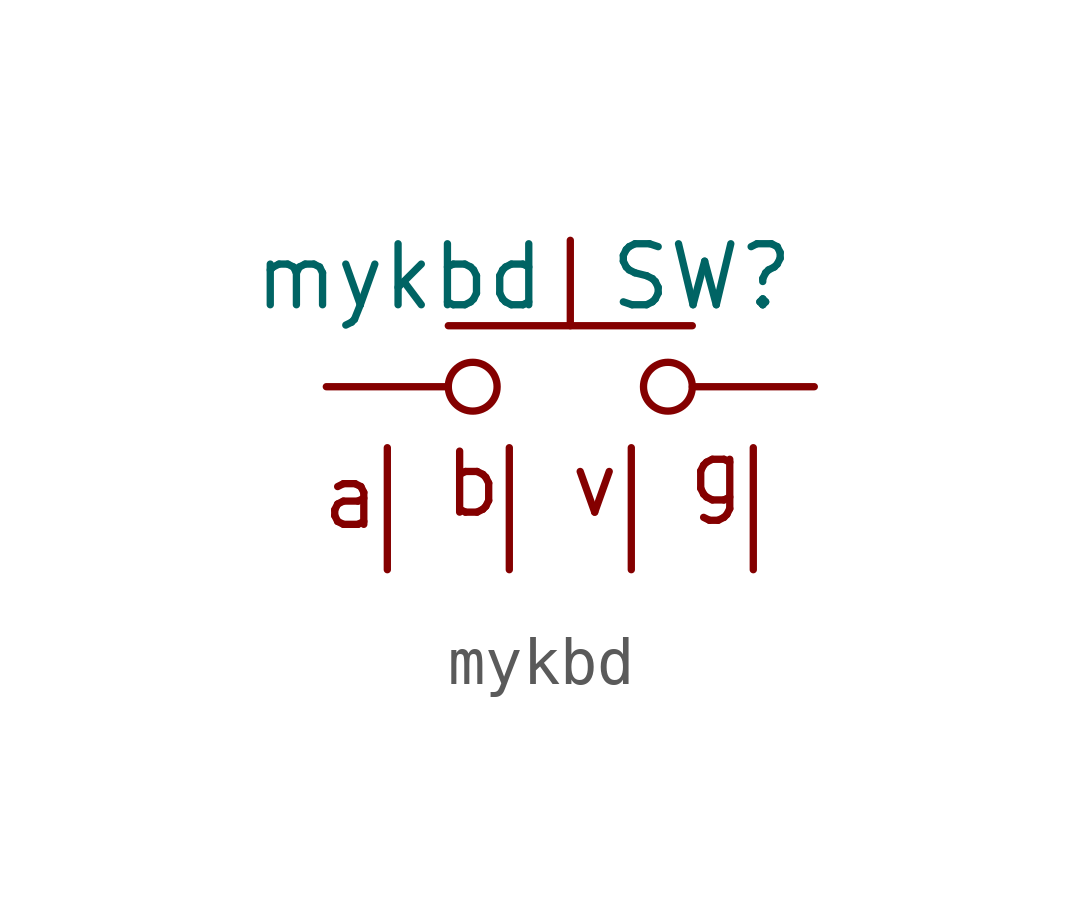
<source format=kicad_sym>
(kicad_symbol_lib
  (version 20241209)
  (generator "kicad_symbol_editor")
  (generator_version "9.0")
  (symbol "mykbd"
    (pin_numbers
      (hide yes))
    (pin_names
      (offset 1.016)
      (hide yes))
    (property "Reference" "SW"
      (at 0.762 2.286 0)
      (effects (font (size 1.27 1.27)) (justify left)))
    (property "Value" "mykbd"
      (at -3.556 2.286 0)
      (effects (font (size 1.27 1.27))))
    (symbol "mykbd_0_1"
      (circle (center -2.032 0) (radius 0.508) (stroke (width 0) (type default)) (fill (type none)))
      (polyline (pts (xy 0 1.27) (xy 0 3.048)) (stroke (width 0) (type default)) (fill (type none)))
      (circle (center 2.032 0) (radius 0.508) (stroke (width 0) (type default)) (fill (type none)))
      (polyline (pts (xy 2.54 1.27) (xy -2.54 1.27)) (stroke (width 0) (type default)) (fill (type none)))
      (pin passive line (at -5.08 0 0) (length 2.54) (name "1" (effects (font (size 1.27 1.27)))) (number "1" (effects (font (size 1.27 1.27)))))
      (pin passive line (at 5.08 0 180) (length 2.54) (name "2" (effects (font (size 1.27 1.27)))) (number "2" (effects (font (size 1.27 1.27))))))
    (symbol "mykbd_1_1"
      (text "a" (at -4.572 -2.286 0) (effects (font (size 1.27 1.27))))
      (text "b" (at -2.032 -2.032 0) (effects (font (size 1.27 1.27))))
      (text "v" (at 0.508 -2.032 0) (effects (font (size 1.27 1.27))))
      (text "g" (at 3.048 -1.778 0) (effects (font (size 1.27 1.27))))
      (pin input line (at -3.81 -3.81 90) (length 2.54) (name "3" (effects (font (size 1.27 1.27)))) (number "3" (effects (font (size 1.27 1.27)))))
      (pin input line (at -1.27 -3.81 90) (length 2.54) (name "4" (effects (font (size 1.27 1.27)))) (number "4" (effects (font (size 1.27 1.27)))))
      (pin input line (at 1.27 -3.81 90) (length 2.54) (name "5" (effects (font (size 1.27 1.27)))) (number "5" (effects (font (size 1.27 1.27)))))
      (pin input line (at 3.81 -3.81 90) (length 2.54) (name "6" (effects (font (size 1.27 1.27)))) (number "6" (effects (font (size 1.27 1.27))))))))
</source>
